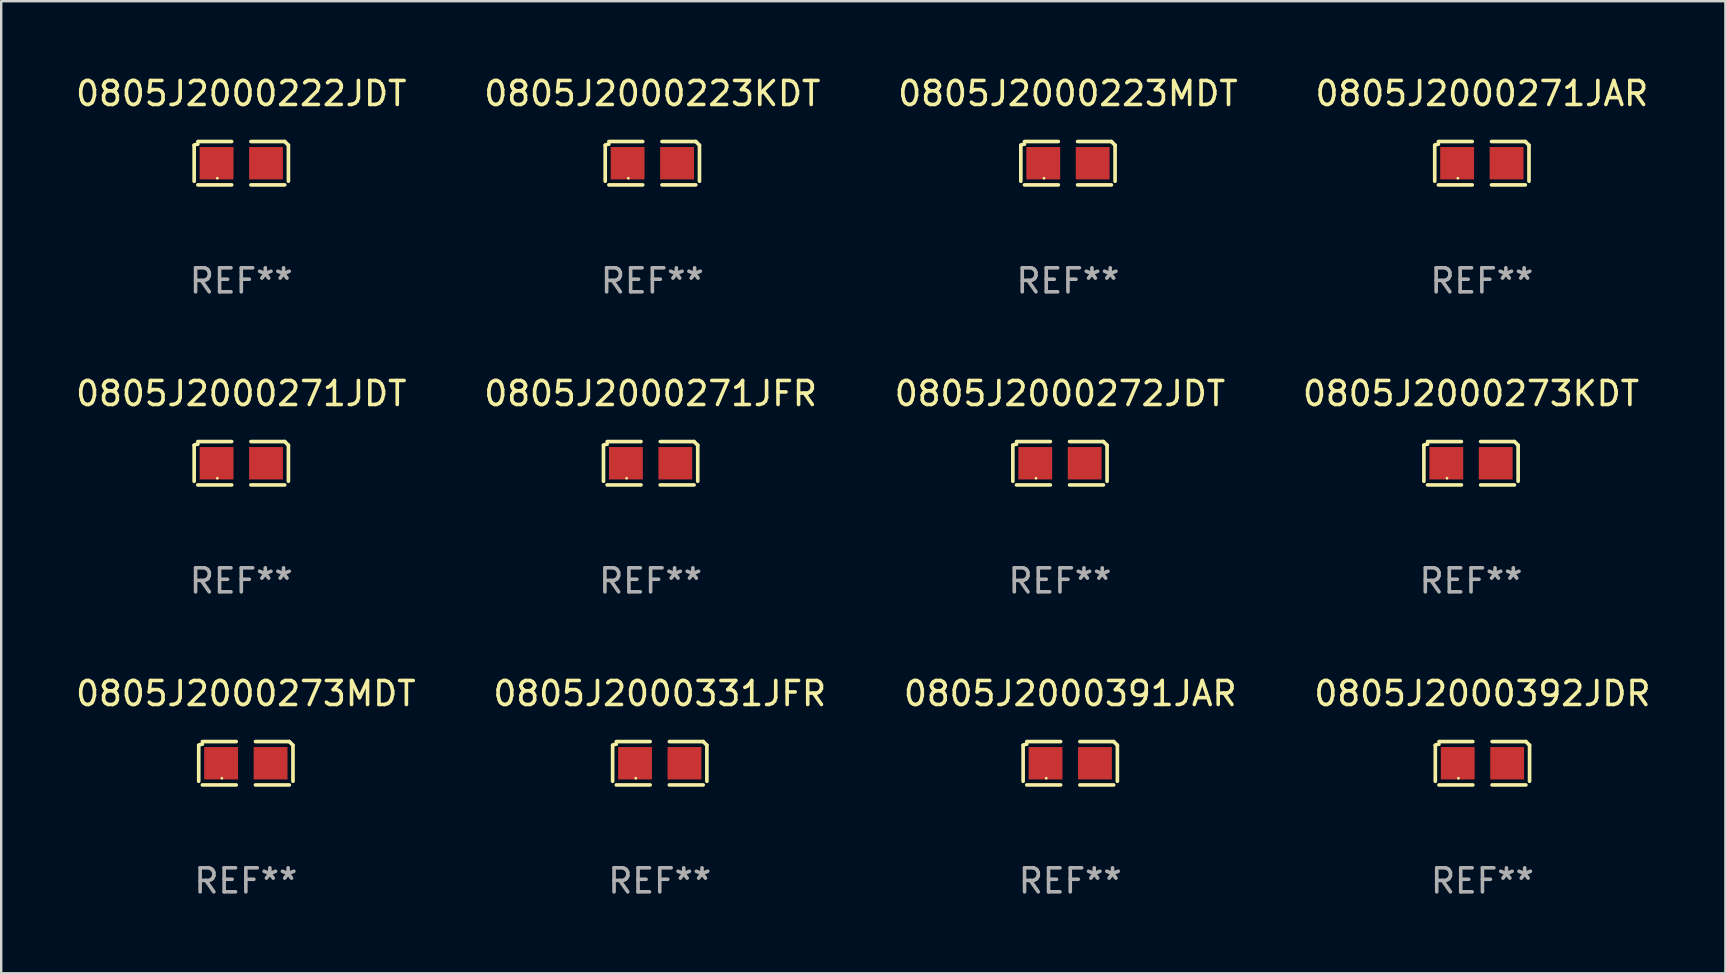
<source format=kicad_pcb>
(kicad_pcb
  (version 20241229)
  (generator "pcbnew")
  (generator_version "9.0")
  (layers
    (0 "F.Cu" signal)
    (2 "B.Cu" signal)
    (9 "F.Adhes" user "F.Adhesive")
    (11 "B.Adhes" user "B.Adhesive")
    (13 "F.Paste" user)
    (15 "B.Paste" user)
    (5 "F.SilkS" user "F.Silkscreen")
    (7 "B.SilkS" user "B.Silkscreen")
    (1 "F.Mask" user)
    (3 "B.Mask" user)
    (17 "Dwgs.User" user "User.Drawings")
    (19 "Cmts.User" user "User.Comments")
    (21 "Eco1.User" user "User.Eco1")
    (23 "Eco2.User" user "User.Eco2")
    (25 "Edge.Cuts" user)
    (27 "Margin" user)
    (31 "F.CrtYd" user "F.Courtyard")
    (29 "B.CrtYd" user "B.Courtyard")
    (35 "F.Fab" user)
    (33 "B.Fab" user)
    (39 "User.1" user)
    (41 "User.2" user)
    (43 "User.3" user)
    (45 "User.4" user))
  (footprint "0805J2000272JDT"
    (layer "F.Cu")
    (at 41.125 16.256)
    (property "Reference" "0805J2000272JDT" (at 0 -2.904 0) (layer "F.SilkS") (effects (font (size 1 1) (thickness 0.15))))
    (attr through_hole)
    (fp_line (start -1.964 0.751) (end -1.964 -0.751) (stroke (width 0.152) (type solid)) (layer "F.SilkS"))
    (fp_line (start -1.811 -0.904) (end -0.401 -0.904) (stroke (width 0.152) (type solid)) (layer "F.SilkS"))
    (fp_line (start -0.401 0.904) (end -1.811 0.904) (stroke (width 0.152) (type solid)) (layer "F.SilkS"))
    (fp_line (start 0.401 0.904) (end 1.811 0.904) (stroke (width 0.152) (type solid)) (layer "F.SilkS"))
    (fp_line (start 1.811 -0.904) (end 0.401 -0.904) (stroke (width 0.152) (type solid)) (layer "F.SilkS"))
    (fp_line (start 1.964 0.751) (end 1.964 -0.751) (stroke (width 0.152) (type solid)) (layer "F.SilkS"))
    (fp_arc (start -1.963602 -0.751207) (mid -1.890354 -0.783131) (end -1.811201 -0.794044) (stroke (width 0.1524) (type solid)) (layer "F.SilkS"))
    (fp_arc (start 1.811202 -0.903607) (mid 1.887413 -0.827418) (end 1.963602 -0.751207) (stroke (width 0.1524) (type solid)) (layer "F.SilkS"))
    (fp_circle (center -1 0.625) (end -0.97 0.625) (stroke (width 0.06) (type solid)) (fill no) (layer "F.SilkS"))
    (fp_text user "REF**" (at 0 4.904 0) (layer "F.Fab") (effects (font (size 1 1) (thickness 0.15))))
    (pad "1" smd rect (at -1.03 0) (size 1.41 1.35) (layers "F.Cu" "F.Mask" "F.Paste"))
    (pad "2" smd rect (at 1.03 0) (size 1.41 1.35) (layers "F.Cu" "F.Mask" "F.Paste")))
  (footprint "0805J2000222JDT"
    (layer "F.Cu")
    (at 7.006 3.752)
    (property "Reference" "0805J2000222JDT" (at 0 -2.904 0) (layer "F.SilkS") (effects (font (size 1 1) (thickness 0.15))))
    (attr through_hole)
    (fp_line (start -1.964 0.751) (end -1.964 -0.751) (stroke (width 0.152) (type solid)) (layer "F.SilkS"))
    (fp_line (start -1.811 -0.904) (end -0.401 -0.904) (stroke (width 0.152) (type solid)) (layer "F.SilkS"))
    (fp_line (start -0.401 0.904) (end -1.811 0.904) (stroke (width 0.152) (type solid)) (layer "F.SilkS"))
    (fp_line (start 0.401 0.904) (end 1.811 0.904) (stroke (width 0.152) (type solid)) (layer "F.SilkS"))
    (fp_line (start 1.811 -0.904) (end 0.401 -0.904) (stroke (width 0.152) (type solid)) (layer "F.SilkS"))
    (fp_line (start 1.964 0.751) (end 1.964 -0.751) (stroke (width 0.152) (type solid)) (layer "F.SilkS"))
    (fp_arc (start -1.963602 -0.751207) (mid -1.890354 -0.783131) (end -1.811201 -0.794044) (stroke (width 0.1524) (type solid)) (layer "F.SilkS"))
    (fp_arc (start 1.811202 -0.903607) (mid 1.887413 -0.827418) (end 1.963602 -0.751207) (stroke (width 0.1524) (type solid)) (layer "F.SilkS"))
    (fp_circle (center -1 0.625) (end -0.97 0.625) (stroke (width 0.06) (type solid)) (fill no) (layer "F.SilkS"))
    (fp_text user "REF**" (at 0 4.904 0) (layer "F.Fab") (effects (font (size 1 1) (thickness 0.15))))
    (pad "1" smd rect (at -1.03 0) (size 1.41 1.35) (layers "F.Cu" "F.Mask" "F.Paste"))
    (pad "2" smd rect (at 1.03 0) (size 1.41 1.35) (layers "F.Cu" "F.Mask" "F.Paste")))
  (footprint "0805J2000273KDT"
    (layer "F.Cu")
    (at 58.256 16.256)
    (property "Reference" "0805J2000273KDT" (at 0 -2.904 0) (layer "F.SilkS") (effects (font (size 1 1) (thickness 0.15))))
    (attr through_hole)
    (fp_line (start -1.964 0.751) (end -1.964 -0.751) (stroke (width 0.152) (type solid)) (layer "F.SilkS"))
    (fp_line (start -1.811 -0.904) (end -0.401 -0.904) (stroke (width 0.152) (type solid)) (layer "F.SilkS"))
    (fp_line (start -0.401 0.904) (end -1.811 0.904) (stroke (width 0.152) (type solid)) (layer "F.SilkS"))
    (fp_line (start 0.401 0.904) (end 1.811 0.904) (stroke (width 0.152) (type solid)) (layer "F.SilkS"))
    (fp_line (start 1.811 -0.904) (end 0.401 -0.904) (stroke (width 0.152) (type solid)) (layer "F.SilkS"))
    (fp_line (start 1.964 0.751) (end 1.964 -0.751) (stroke (width 0.152) (type solid)) (layer "F.SilkS"))
    (fp_arc (start -1.963602 -0.751207) (mid -1.890354 -0.783131) (end -1.811201 -0.794044) (stroke (width 0.1524) (type solid)) (layer "F.SilkS"))
    (fp_arc (start 1.811202 -0.903607) (mid 1.887413 -0.827418) (end 1.963602 -0.751207) (stroke (width 0.1524) (type solid)) (layer "F.SilkS"))
    (fp_circle (center -1 0.625) (end -0.97 0.625) (stroke (width 0.06) (type solid)) (fill no) (layer "F.SilkS"))
    (fp_text user "REF**" (at 0 4.904 0) (layer "F.Fab") (effects (font (size 1 1) (thickness 0.15))))
    (pad "1" smd rect (at -1.03 0) (size 1.41 1.35) (layers "F.Cu" "F.Mask" "F.Paste"))
    (pad "2" smd rect (at 1.03 0) (size 1.41 1.35) (layers "F.Cu" "F.Mask" "F.Paste")))
  (footprint "0805J2000273MDT"
    (layer "F.Cu")
    (at 7.196 28.759)
    (property "Reference" "0805J2000273MDT" (at 0 -2.904 0) (layer "F.SilkS") (effects (font (size 1 1) (thickness 0.15))))
    (attr through_hole)
    (fp_line (start -1.964 0.751) (end -1.964 -0.751) (stroke (width 0.152) (type solid)) (layer "F.SilkS"))
    (fp_line (start -1.811 -0.904) (end -0.401 -0.904) (stroke (width 0.152) (type solid)) (layer "F.SilkS"))
    (fp_line (start -0.401 0.904) (end -1.811 0.904) (stroke (width 0.152) (type solid)) (layer "F.SilkS"))
    (fp_line (start 0.401 0.904) (end 1.811 0.904) (stroke (width 0.152) (type solid)) (layer "F.SilkS"))
    (fp_line (start 1.811 -0.904) (end 0.401 -0.904) (stroke (width 0.152) (type solid)) (layer "F.SilkS"))
    (fp_line (start 1.964 0.751) (end 1.964 -0.751) (stroke (width 0.152) (type solid)) (layer "F.SilkS"))
    (fp_arc (start -1.963602 -0.751207) (mid -1.890354 -0.783131) (end -1.811201 -0.794044) (stroke (width 0.1524) (type solid)) (layer "F.SilkS"))
    (fp_arc (start 1.811202 -0.903607) (mid 1.887413 -0.827418) (end 1.963602 -0.751207) (stroke (width 0.1524) (type solid)) (layer "F.SilkS"))
    (fp_circle (center -1 0.625) (end -0.97 0.625) (stroke (width 0.06) (type solid)) (fill no) (layer "F.SilkS"))
    (fp_text user "REF**" (at 0 4.904 0) (layer "F.Fab") (effects (font (size 1 1) (thickness 0.15))))
    (pad "1" smd rect (at -1.03 0) (size 1.41 1.35) (layers "F.Cu" "F.Mask" "F.Paste"))
    (pad "2" smd rect (at 1.03 0) (size 1.41 1.35) (layers "F.Cu" "F.Mask" "F.Paste")))
  (footprint "0805J2000271JAR"
    (layer "F.Cu")
    (at 58.708 3.752)
    (property "Reference" "0805J2000271JAR" (at 0 -2.904 0) (layer "F.SilkS") (effects (font (size 1 1) (thickness 0.15))))
    (attr through_hole)
    (fp_line (start -1.964 0.751) (end -1.964 -0.751) (stroke (width 0.152) (type solid)) (layer "F.SilkS"))
    (fp_line (start -1.811 -0.904) (end -0.401 -0.904) (stroke (width 0.152) (type solid)) (layer "F.SilkS"))
    (fp_line (start -0.401 0.904) (end -1.811 0.904) (stroke (width 0.152) (type solid)) (layer "F.SilkS"))
    (fp_line (start 0.401 0.904) (end 1.811 0.904) (stroke (width 0.152) (type solid)) (layer "F.SilkS"))
    (fp_line (start 1.811 -0.904) (end 0.401 -0.904) (stroke (width 0.152) (type solid)) (layer "F.SilkS"))
    (fp_line (start 1.964 0.751) (end 1.964 -0.751) (stroke (width 0.152) (type solid)) (layer "F.SilkS"))
    (fp_arc (start -1.963602 -0.751207) (mid -1.890354 -0.783131) (end -1.811201 -0.794044) (stroke (width 0.1524) (type solid)) (layer "F.SilkS"))
    (fp_arc (start 1.811202 -0.903607) (mid 1.887413 -0.827418) (end 1.963602 -0.751207) (stroke (width 0.1524) (type solid)) (layer "F.SilkS"))
    (fp_circle (center -1 0.625) (end -0.97 0.625) (stroke (width 0.06) (type solid)) (fill no) (layer "F.SilkS"))
    (fp_text user "REF**" (at 0 4.904 0) (layer "F.Fab") (effects (font (size 1 1) (thickness 0.15))))
    (pad "1" smd rect (at -1.03 0) (size 1.41 1.35) (layers "F.Cu" "F.Mask" "F.Paste"))
    (pad "2" smd rect (at 1.03 0) (size 1.41 1.35) (layers "F.Cu" "F.Mask" "F.Paste")))
  (footprint "0805J2000331JFR"
    (layer "F.Cu")
    (at 24.446 28.759)
    (property "Reference" "0805J2000331JFR" (at 0 -2.904 0) (layer "F.SilkS") (effects (font (size 1 1) (thickness 0.15))))
    (attr through_hole)
    (fp_line (start -1.964 0.751) (end -1.964 -0.751) (stroke (width 0.152) (type solid)) (layer "F.SilkS"))
    (fp_line (start -1.811 -0.904) (end -0.401 -0.904) (stroke (width 0.152) (type solid)) (layer "F.SilkS"))
    (fp_line (start -0.401 0.904) (end -1.811 0.904) (stroke (width 0.152) (type solid)) (layer "F.SilkS"))
    (fp_line (start 0.401 0.904) (end 1.811 0.904) (stroke (width 0.152) (type solid)) (layer "F.SilkS"))
    (fp_line (start 1.811 -0.904) (end 0.401 -0.904) (stroke (width 0.152) (type solid)) (layer "F.SilkS"))
    (fp_line (start 1.964 0.751) (end 1.964 -0.751) (stroke (width 0.152) (type solid)) (layer "F.SilkS"))
    (fp_arc (start -1.963602 -0.751207) (mid -1.890354 -0.783131) (end -1.811201 -0.794044) (stroke (width 0.1524) (type solid)) (layer "F.SilkS"))
    (fp_arc (start 1.811202 -0.903607) (mid 1.887413 -0.827418) (end 1.963602 -0.751207) (stroke (width 0.1524) (type solid)) (layer "F.SilkS"))
    (fp_circle (center -1 0.625) (end -0.97 0.625) (stroke (width 0.06) (type solid)) (fill no) (layer "F.SilkS"))
    (fp_text user "REF**" (at 0 4.904 0) (layer "F.Fab") (effects (font (size 1 1) (thickness 0.15))))
    (pad "1" smd rect (at -1.03 0) (size 1.41 1.35) (layers "F.Cu" "F.Mask" "F.Paste"))
    (pad "2" smd rect (at 1.03 0) (size 1.41 1.35) (layers "F.Cu" "F.Mask" "F.Paste")))
  (footprint "0805J2000391JAR"
    (layer "F.Cu")
    (at 41.554 28.759)
    (property "Reference" "0805J2000391JAR" (at 0 -2.904 0) (layer "F.SilkS") (effects (font (size 1 1) (thickness 0.15))))
    (attr through_hole)
    (fp_line (start -1.964 0.751) (end -1.964 -0.751) (stroke (width 0.152) (type solid)) (layer "F.SilkS"))
    (fp_line (start -1.811 -0.904) (end -0.401 -0.904) (stroke (width 0.152) (type solid)) (layer "F.SilkS"))
    (fp_line (start -0.401 0.904) (end -1.811 0.904) (stroke (width 0.152) (type solid)) (layer "F.SilkS"))
    (fp_line (start 0.401 0.904) (end 1.811 0.904) (stroke (width 0.152) (type solid)) (layer "F.SilkS"))
    (fp_line (start 1.811 -0.904) (end 0.401 -0.904) (stroke (width 0.152) (type solid)) (layer "F.SilkS"))
    (fp_line (start 1.964 0.751) (end 1.964 -0.751) (stroke (width 0.152) (type solid)) (layer "F.SilkS"))
    (fp_arc (start -1.963602 -0.751207) (mid -1.890354 -0.783131) (end -1.811201 -0.794044) (stroke (width 0.1524) (type solid)) (layer "F.SilkS"))
    (fp_arc (start 1.811202 -0.903607) (mid 1.887413 -0.827418) (end 1.963602 -0.751207) (stroke (width 0.1524) (type solid)) (layer "F.SilkS"))
    (fp_circle (center -1 0.625) (end -0.97 0.625) (stroke (width 0.06) (type solid)) (fill no) (layer "F.SilkS"))
    (fp_text user "REF**" (at 0 4.904 0) (layer "F.Fab") (effects (font (size 1 1) (thickness 0.15))))
    (pad "1" smd rect (at -1.03 0) (size 1.41 1.35) (layers "F.Cu" "F.Mask" "F.Paste"))
    (pad "2" smd rect (at 1.03 0) (size 1.41 1.35) (layers "F.Cu" "F.Mask" "F.Paste")))
  (footprint "0805J2000271JFR"
    (layer "F.Cu")
    (at 24.065 16.256)
    (property "Reference" "0805J2000271JFR" (at 0 -2.904 0) (layer "F.SilkS") (effects (font (size 1 1) (thickness 0.15))))
    (attr through_hole)
    (fp_line (start -1.964 0.751) (end -1.964 -0.751) (stroke (width 0.152) (type solid)) (layer "F.SilkS"))
    (fp_line (start -1.811 -0.904) (end -0.401 -0.904) (stroke (width 0.152) (type solid)) (layer "F.SilkS"))
    (fp_line (start -0.401 0.904) (end -1.811 0.904) (stroke (width 0.152) (type solid)) (layer "F.SilkS"))
    (fp_line (start 0.401 0.904) (end 1.811 0.904) (stroke (width 0.152) (type solid)) (layer "F.SilkS"))
    (fp_line (start 1.811 -0.904) (end 0.401 -0.904) (stroke (width 0.152) (type solid)) (layer "F.SilkS"))
    (fp_line (start 1.964 0.751) (end 1.964 -0.751) (stroke (width 0.152) (type solid)) (layer "F.SilkS"))
    (fp_arc (start -1.963602 -0.751207) (mid -1.890354 -0.783131) (end -1.811201 -0.794044) (stroke (width 0.1524) (type solid)) (layer "F.SilkS"))
    (fp_arc (start 1.811202 -0.903607) (mid 1.887413 -0.827418) (end 1.963602 -0.751207) (stroke (width 0.1524) (type solid)) (layer "F.SilkS"))
    (fp_circle (center -1 0.625) (end -0.97 0.625) (stroke (width 0.06) (type solid)) (fill no) (layer "F.SilkS"))
    (fp_text user "REF**" (at 0 4.904 0) (layer "F.Fab") (effects (font (size 1 1) (thickness 0.15))))
    (pad "1" smd rect (at -1.03 0) (size 1.41 1.35) (layers "F.Cu" "F.Mask" "F.Paste"))
    (pad "2" smd rect (at 1.03 0) (size 1.41 1.35) (layers "F.Cu" "F.Mask" "F.Paste")))
  (footprint "0805J2000223KDT"
    (layer "F.Cu")
    (at 24.137 3.752)
    (property "Reference" "0805J2000223KDT" (at 0 -2.904 0) (layer "F.SilkS") (effects (font (size 1 1) (thickness 0.15))))
    (attr through_hole)
    (fp_line (start -1.964 0.751) (end -1.964 -0.751) (stroke (width 0.152) (type solid)) (layer "F.SilkS"))
    (fp_line (start -1.811 -0.904) (end -0.401 -0.904) (stroke (width 0.152) (type solid)) (layer "F.SilkS"))
    (fp_line (start -0.401 0.904) (end -1.811 0.904) (stroke (width 0.152) (type solid)) (layer "F.SilkS"))
    (fp_line (start 0.401 0.904) (end 1.811 0.904) (stroke (width 0.152) (type solid)) (layer "F.SilkS"))
    (fp_line (start 1.811 -0.904) (end 0.401 -0.904) (stroke (width 0.152) (type solid)) (layer "F.SilkS"))
    (fp_line (start 1.964 0.751) (end 1.964 -0.751) (stroke (width 0.152) (type solid)) (layer "F.SilkS"))
    (fp_arc (start -1.963602 -0.751207) (mid -1.890354 -0.783131) (end -1.811201 -0.794044) (stroke (width 0.1524) (type solid)) (layer "F.SilkS"))
    (fp_arc (start 1.811202 -0.903607) (mid 1.887413 -0.827418) (end 1.963602 -0.751207) (stroke (width 0.1524) (type solid)) (layer "F.SilkS"))
    (fp_circle (center -1 0.625) (end -0.97 0.625) (stroke (width 0.06) (type solid)) (fill no) (layer "F.SilkS"))
    (fp_text user "REF**" (at 0 4.904 0) (layer "F.Fab") (effects (font (size 1 1) (thickness 0.15))))
    (pad "1" smd rect (at -1.03 0) (size 1.41 1.35) (layers "F.Cu" "F.Mask" "F.Paste"))
    (pad "2" smd rect (at 1.03 0) (size 1.41 1.35) (layers "F.Cu" "F.Mask" "F.Paste")))
  (footprint "0805J2000392JDR"
    (layer "F.Cu")
    (at 58.732 28.759)
    (property "Reference" "0805J2000392JDR" (at 0 -2.904 0) (layer "F.SilkS") (effects (font (size 1 1) (thickness 0.15))))
    (attr through_hole)
    (fp_line (start -1.964 0.751) (end -1.964 -0.751) (stroke (width 0.152) (type solid)) (layer "F.SilkS"))
    (fp_line (start -1.811 -0.904) (end -0.401 -0.904) (stroke (width 0.152) (type solid)) (layer "F.SilkS"))
    (fp_line (start -0.401 0.904) (end -1.811 0.904) (stroke (width 0.152) (type solid)) (layer "F.SilkS"))
    (fp_line (start 0.401 0.904) (end 1.811 0.904) (stroke (width 0.152) (type solid)) (layer "F.SilkS"))
    (fp_line (start 1.811 -0.904) (end 0.401 -0.904) (stroke (width 0.152) (type solid)) (layer "F.SilkS"))
    (fp_line (start 1.964 0.751) (end 1.964 -0.751) (stroke (width 0.152) (type solid)) (layer "F.SilkS"))
    (fp_arc (start -1.963602 -0.751207) (mid -1.890354 -0.783131) (end -1.811201 -0.794044) (stroke (width 0.1524) (type solid)) (layer "F.SilkS"))
    (fp_arc (start 1.811202 -0.903607) (mid 1.887413 -0.827418) (end 1.963602 -0.751207) (stroke (width 0.1524) (type solid)) (layer "F.SilkS"))
    (fp_circle (center -1 0.625) (end -0.97 0.625) (stroke (width 0.06) (type solid)) (fill no) (layer "F.SilkS"))
    (fp_text user "REF**" (at 0 4.904 0) (layer "F.Fab") (effects (font (size 1 1) (thickness 0.15))))
    (pad "1" smd rect (at -1.03 0) (size 1.41 1.35) (layers "F.Cu" "F.Mask" "F.Paste"))
    (pad "2" smd rect (at 1.03 0) (size 1.41 1.35) (layers "F.Cu" "F.Mask" "F.Paste")))
  (footprint "0805J2000271JDT"
    (layer "F.Cu")
    (at 7.006 16.256)
    (property "Reference" "0805J2000271JDT" (at 0 -2.904 0) (layer "F.SilkS") (effects (font (size 1 1) (thickness 0.15))))
    (attr through_hole)
    (fp_line (start -1.964 0.751) (end -1.964 -0.751) (stroke (width 0.152) (type solid)) (layer "F.SilkS"))
    (fp_line (start -1.811 -0.904) (end -0.401 -0.904) (stroke (width 0.152) (type solid)) (layer "F.SilkS"))
    (fp_line (start -0.401 0.904) (end -1.811 0.904) (stroke (width 0.152) (type solid)) (layer "F.SilkS"))
    (fp_line (start 0.401 0.904) (end 1.811 0.904) (stroke (width 0.152) (type solid)) (layer "F.SilkS"))
    (fp_line (start 1.811 -0.904) (end 0.401 -0.904) (stroke (width 0.152) (type solid)) (layer "F.SilkS"))
    (fp_line (start 1.964 0.751) (end 1.964 -0.751) (stroke (width 0.152) (type solid)) (layer "F.SilkS"))
    (fp_arc (start -1.963602 -0.751207) (mid -1.890354 -0.783131) (end -1.811201 -0.794044) (stroke (width 0.1524) (type solid)) (layer "F.SilkS"))
    (fp_arc (start 1.811202 -0.903607) (mid 1.887413 -0.827418) (end 1.963602 -0.751207) (stroke (width 0.1524) (type solid)) (layer "F.SilkS"))
    (fp_circle (center -1 0.625) (end -0.97 0.625) (stroke (width 0.06) (type solid)) (fill no) (layer "F.SilkS"))
    (fp_text user "REF**" (at 0 4.904 0) (layer "F.Fab") (effects (font (size 1 1) (thickness 0.15))))
    (pad "1" smd rect (at -1.03 0) (size 1.41 1.35) (layers "F.Cu" "F.Mask" "F.Paste"))
    (pad "2" smd rect (at 1.03 0) (size 1.41 1.35) (layers "F.Cu" "F.Mask" "F.Paste")))
  (footprint "0805J2000223MDT"
    (layer "F.Cu")
    (at 41.458 3.752)
    (property "Reference" "0805J2000223MDT" (at 0 -2.904 0) (layer "F.SilkS") (effects (font (size 1 1) (thickness 0.15))))
    (attr through_hole)
    (fp_line (start -1.964 0.751) (end -1.964 -0.751) (stroke (width 0.152) (type solid)) (layer "F.SilkS"))
    (fp_line (start -1.811 -0.904) (end -0.401 -0.904) (stroke (width 0.152) (type solid)) (layer "F.SilkS"))
    (fp_line (start -0.401 0.904) (end -1.811 0.904) (stroke (width 0.152) (type solid)) (layer "F.SilkS"))
    (fp_line (start 0.401 0.904) (end 1.811 0.904) (stroke (width 0.152) (type solid)) (layer "F.SilkS"))
    (fp_line (start 1.811 -0.904) (end 0.401 -0.904) (stroke (width 0.152) (type solid)) (layer "F.SilkS"))
    (fp_line (start 1.964 0.751) (end 1.964 -0.751) (stroke (width 0.152) (type solid)) (layer "F.SilkS"))
    (fp_arc (start -1.963602 -0.751207) (mid -1.890354 -0.783131) (end -1.811201 -0.794044) (stroke (width 0.1524) (type solid)) (layer "F.SilkS"))
    (fp_arc (start 1.811202 -0.903607) (mid 1.887413 -0.827418) (end 1.963602 -0.751207) (stroke (width 0.1524) (type solid)) (layer "F.SilkS"))
    (fp_circle (center -1 0.625) (end -0.97 0.625) (stroke (width 0.06) (type solid)) (fill no) (layer "F.SilkS"))
    (fp_text user "REF**" (at 0 4.904 0) (layer "F.Fab") (effects (font (size 1 1) (thickness 0.15))))
    (pad "1" smd rect (at -1.03 0) (size 1.41 1.35) (layers "F.Cu" "F.Mask" "F.Paste"))
    (pad "2" smd rect (at 1.03 0) (size 1.41 1.35) (layers "F.Cu" "F.Mask" "F.Paste")))
  (gr_rect
    (start -3 -3)
    (end 68.857 37.511)
    (stroke (width 0.1) (type default))
    (fill no)
    (layer "Edge.Cuts")))
</source>
